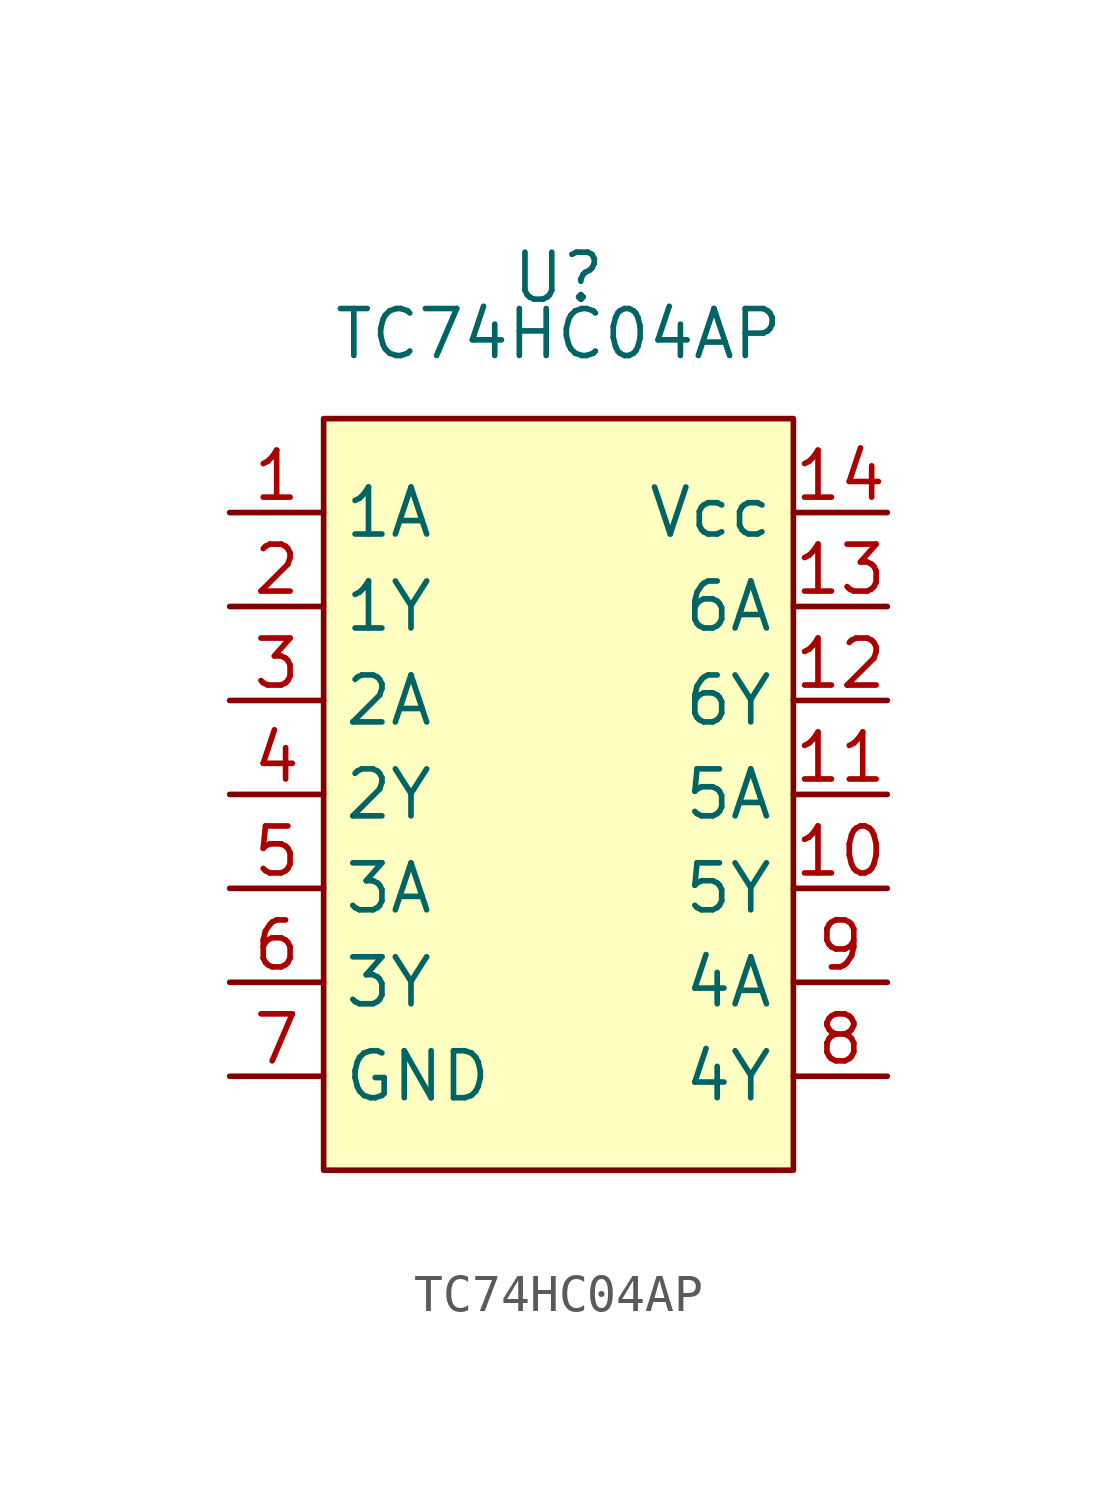
<source format=kicad_sym>
(kicad_symbol_lib
  (version 20241209)
  (generator "kicad_symbol_editor")
  (generator_version "9.0")
  (symbol "TC74HC04AP"
    (property "Reference" "U"
      (at 0 0 0)
      (effects (font (size 1.27 1.27))))
    (property "Value" "TC74HC04AP"
      (at 0 -1.524 0)
      (effects (font (size 1.27 1.27))))
    (symbol "TC74HC04AP_1_1"
      (rectangle (start -6.35 -3.81) (end 6.35 -24.13) (stroke (width 0) (type solid)) (fill (type color) (color 255 255 194 1)))
      (pin input line (at -8.89 -6.35 0) (length 2.54) (name "1A" (effects (font (size 1.27 1.27)))) (number "1" (effects (font (size 1.27 1.27)))))
      (pin output line (at -8.89 -8.89 0) (length 2.54) (name "1Y" (effects (font (size 1.27 1.27)))) (number "2" (effects (font (size 1.27 1.27)))))
      (pin input line (at -8.89 -11.43 0) (length 2.54) (name "2A" (effects (font (size 1.27 1.27)))) (number "3" (effects (font (size 1.27 1.27)))))
      (pin output line (at -8.89 -13.97 0) (length 2.54) (name "2Y" (effects (font (size 1.27 1.27)))) (number "4" (effects (font (size 1.27 1.27)))))
      (pin input line (at -8.89 -16.51 0) (length 2.54) (name "3A" (effects (font (size 1.27 1.27)))) (number "5" (effects (font (size 1.27 1.27)))))
      (pin output line (at -8.89 -19.05 0) (length 2.54) (name "3Y" (effects (font (size 1.27 1.27)))) (number "6" (effects (font (size 1.27 1.27)))))
      (pin output line (at -8.89 -21.59 0) (length 2.54) (name "GND" (effects (font (size 1.27 1.27)))) (number "7" (effects (font (size 1.27 1.27)))))
      (pin input line (at 8.89 -6.35 180) (length 2.54) (name "Vcc" (effects (font (size 1.27 1.27)))) (number "14" (effects (font (size 1.27 1.27)))))
      (pin output line (at 8.89 -8.89 180) (length 2.54) (name "6A" (effects (font (size 1.27 1.27)))) (number "13" (effects (font (size 1.27 1.27)))))
      (pin input line (at 8.89 -11.43 180) (length 2.54) (name "6Y" (effects (font (size 1.27 1.27)))) (number "12" (effects (font (size 1.27 1.27)))))
      (pin output line (at 8.89 -13.97 180) (length 2.54) (name "5A" (effects (font (size 1.27 1.27)))) (number "11" (effects (font (size 1.27 1.27)))))
      (pin input line (at 8.89 -16.51 180) (length 2.54) (name "5Y" (effects (font (size 1.27 1.27)))) (number "10" (effects (font (size 1.27 1.27)))))
      (pin output line (at 8.89 -19.05 180) (length 2.54) (name "4A" (effects (font (size 1.27 1.27)))) (number "9" (effects (font (size 1.27 1.27)))))
      (pin output line (at 8.89 -21.59 180) (length 2.54) (name "4Y" (effects (font (size 1.27 1.27)))) (number "8" (effects (font (size 1.27 1.27))))))))
</source>
